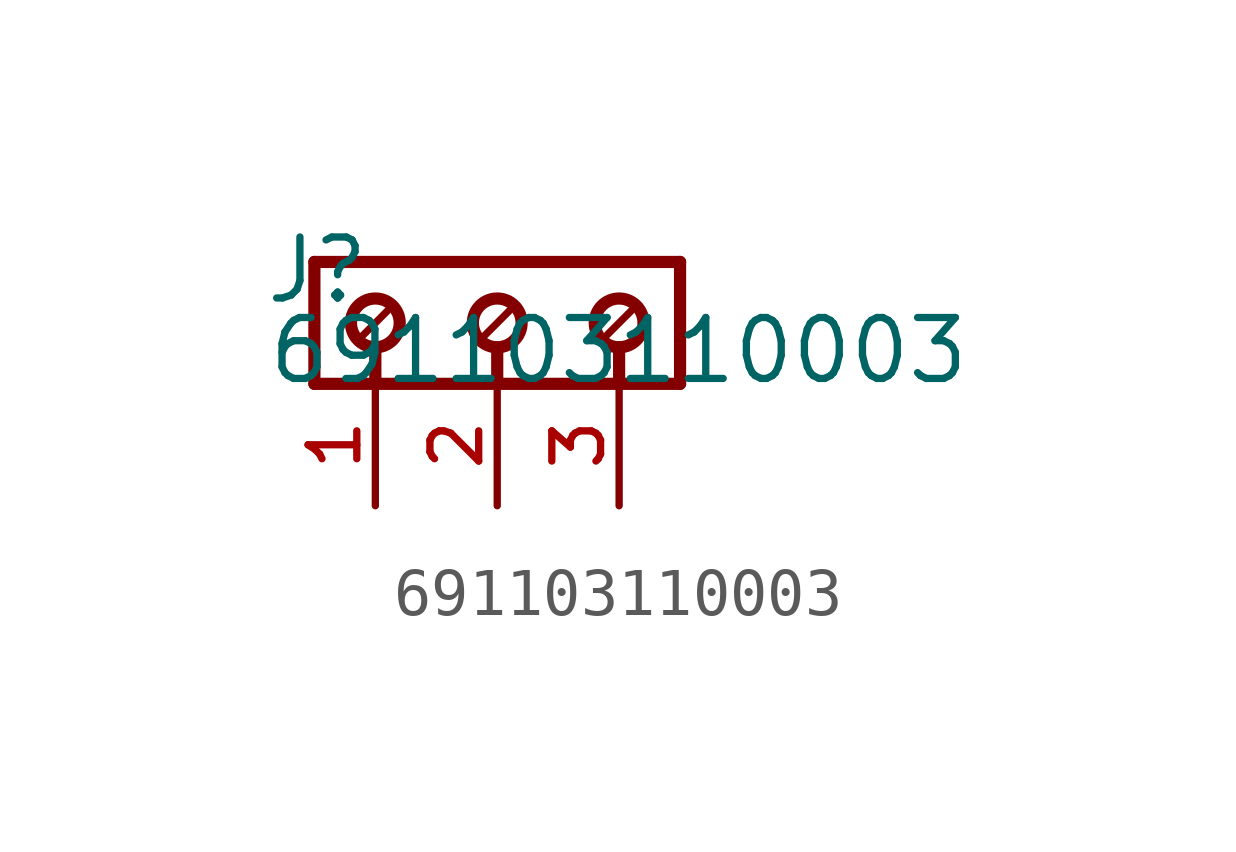
<source format=kicad_sym>
(kicad_symbol_lib
  (version 20211014)
  (generator kicad_symbol_editor)
  (symbol "691103110003"
    (pin_names
      (offset 1.016) hide)
    (property "Reference" "J"
      (at -4.877 -0.914 0)
      (effects (font (size 1.27 1.27)) (justify left bottom)))
    (property "Value" "691103110003"
      (at -4.826 -2.591 0)
      (effects (font (size 1.27 1.27)) (justify left bottom)))
    (property "ki_locked" ""
      (at 0 0 0)
      (effects (font (size 1.27 1.27))))
    (symbol "691103110003_0_0"
      (circle (center -2.54 -1.27) (radius 0.508) (stroke (width 0.254) (type default) (color 0 0 0 0)) (fill (type none)))
      (circle (center 0 -1.27) (radius 0.508) (stroke (width 0.254) (type default) (color 0 0 0 0)) (fill (type none)))
      (polyline (pts (xy -3.81 -2.54) (xy -3.81 0)) (stroke (width 0.254) (type default) (color 0 0 0 0)) (fill (type none)))
      (polyline (pts (xy -3.81 0) (xy 3.81 0)) (stroke (width 0.254) (type default) (color 0 0 0 0)) (fill (type none)))
      (polyline (pts (xy -2.54 -1.778) (xy -2.54 -2.54)) (stroke (width 0.254) (type default) (color 0 0 0 0)) (fill (type none)))
      (polyline (pts (xy -2.286 -1.016) (xy -2.794 -1.524)) (stroke (width 0.152) (type default) (color 0 0 0 0)) (fill (type none)))
      (polyline (pts (xy 0 -1.778) (xy 0 -2.54)) (stroke (width 0.254) (type default) (color 0 0 0 0)) (fill (type none)))
      (polyline (pts (xy 0.254 -1.016) (xy -0.254 -1.524)) (stroke (width 0.152) (type default) (color 0 0 0 0)) (fill (type none)))
      (polyline (pts (xy 2.54 -1.778) (xy 2.54 -2.54)) (stroke (width 0.254) (type default) (color 0 0 0 0)) (fill (type none)))
      (polyline (pts (xy 2.794 -1.016) (xy 2.286 -1.524)) (stroke (width 0.152) (type default) (color 0 0 0 0)) (fill (type none)))
      (polyline (pts (xy 3.81 -2.54) (xy -3.81 -2.54)) (stroke (width 0.254) (type default) (color 0 0 0 0)) (fill (type none)))
      (polyline (pts (xy 3.81 0) (xy 3.81 -2.54)) (stroke (width 0.254) (type default) (color 0 0 0 0)) (fill (type none)))
      (circle (center 2.54 -1.27) (radius 0.508) (stroke (width 0.254) (type default) (color 0 0 0 0)) (fill (type none)))
      (pin passive line (at -2.54 -5.08 90) (length 2.54) (name "~" (effects (font (size 1.016 1.016)))) (number "1" (effects (font (size 1.016 1.016)))))
      (pin passive line (at 0 -5.08 90) (length 2.54) (name "~" (effects (font (size 1.016 1.016)))) (number "2" (effects (font (size 1.016 1.016)))))
      (pin passive line (at 2.54 -5.08 90) (length 2.54) (name "~" (effects (font (size 1.016 1.016)))) (number "3" (effects (font (size 1.016 1.016))))))))
</source>
